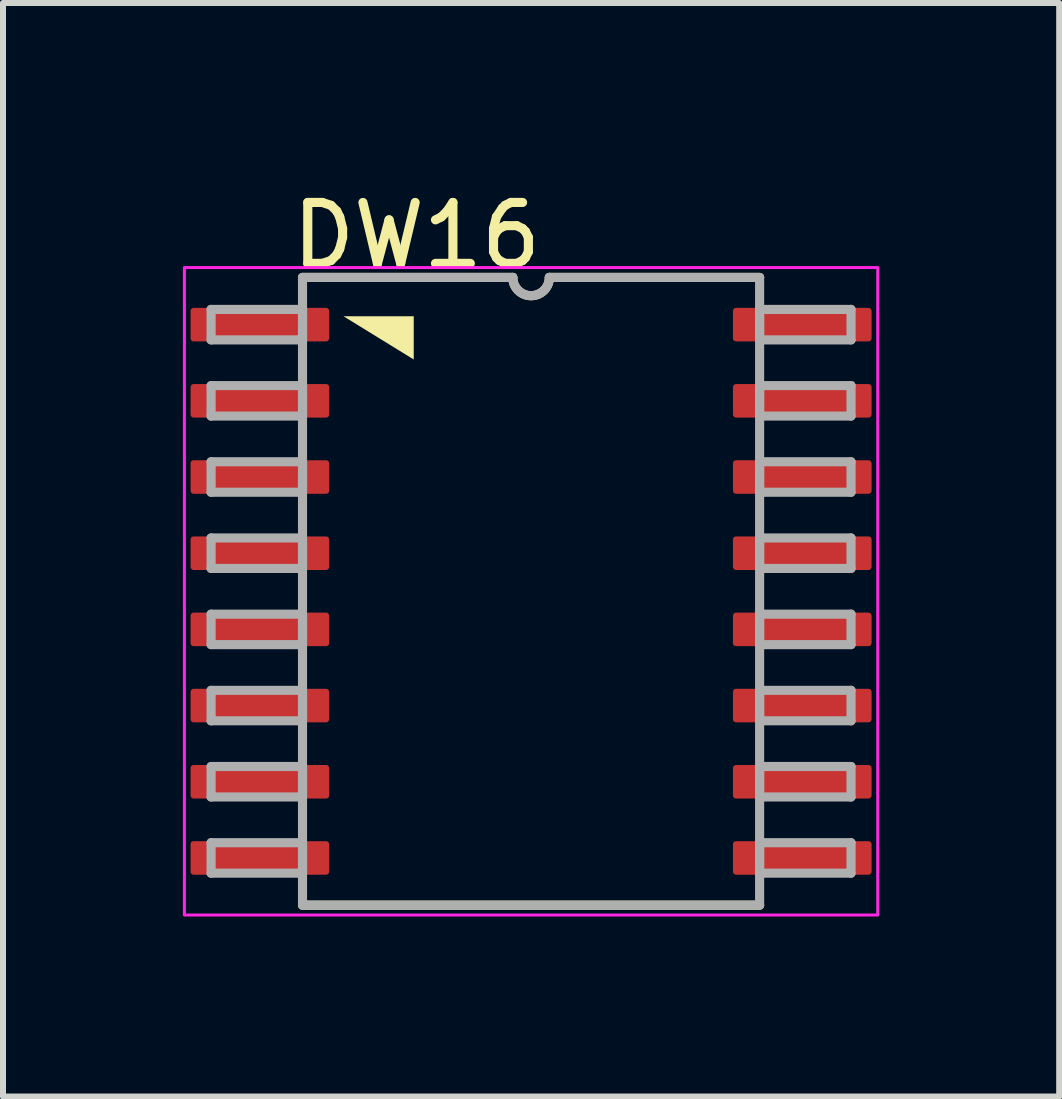
<source format=kicad_pcb>
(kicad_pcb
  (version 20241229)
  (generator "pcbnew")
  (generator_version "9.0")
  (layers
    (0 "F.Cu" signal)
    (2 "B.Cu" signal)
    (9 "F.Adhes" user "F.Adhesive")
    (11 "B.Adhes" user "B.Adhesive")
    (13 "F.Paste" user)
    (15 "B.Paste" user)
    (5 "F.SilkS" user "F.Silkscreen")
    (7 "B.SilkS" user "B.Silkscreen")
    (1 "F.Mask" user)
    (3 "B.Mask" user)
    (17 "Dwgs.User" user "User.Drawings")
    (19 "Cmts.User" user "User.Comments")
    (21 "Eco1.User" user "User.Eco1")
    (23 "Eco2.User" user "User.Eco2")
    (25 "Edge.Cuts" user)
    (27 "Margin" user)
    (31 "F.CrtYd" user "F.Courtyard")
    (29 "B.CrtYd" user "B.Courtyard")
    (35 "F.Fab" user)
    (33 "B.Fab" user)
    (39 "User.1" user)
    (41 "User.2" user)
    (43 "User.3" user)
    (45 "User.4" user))
  (footprint "DW16"
    (layer "F.Cu")
    (at 5.803 6.807)
    (property "Reference" "DW16" (at -4.064 -5.334 180) (layer "F.SilkS") (effects (font (size 1.016 1.016) (thickness 0.152)) (justify left bottom)))
    (attr smd)
    (fp_line (start -3.81 5.232) (end 3.81 5.232) (stroke (width 0.152) (type solid)) (layer "F.SilkS"))
    (fp_line (start -0.305 -5.232) (end -3.81 -5.232) (stroke (width 0.152) (type solid)) (layer "F.SilkS"))
    (fp_line (start 3.81 -5.232) (end 0.305 -5.232) (stroke (width 0.152) (type solid)) (layer "F.SilkS"))
    (fp_arc (start 0.3048 -5.2324) (mid 0 -4.9276) (end -0.3048 -5.2324) (stroke (width 0.1524) (type solid)) (layer "F.SilkS"))
    (fp_poly (pts (xy -1.956 -3.864) (xy -3.127 -4.585) (xy -1.956 -4.585)) (stroke (width 0) (type default)) (fill yes) (layer "F.SilkS"))
    (fp_rect (start -5.779 -5.397) (end 5.779 5.397) (stroke (width 0.05) (type default)) (fill no) (layer "F.CrtYd"))
    (fp_line (start -5.334 -4.699) (end -5.334 -4.191) (stroke (width 0.152) (type solid)) (layer "F.Fab"))
    (fp_line (start -5.334 -4.191) (end -3.81 -4.191) (stroke (width 0.152) (type solid)) (layer "F.Fab"))
    (fp_line (start -5.334 -3.429) (end -5.334 -2.921) (stroke (width 0.152) (type solid)) (layer "F.Fab"))
    (fp_line (start -5.334 -2.921) (end -3.81 -2.921) (stroke (width 0.152) (type solid)) (layer "F.Fab"))
    (fp_line (start -5.334 -2.159) (end -5.334 -1.651) (stroke (width 0.152) (type solid)) (layer "F.Fab"))
    (fp_line (start -5.334 -1.651) (end -3.81 -1.651) (stroke (width 0.152) (type solid)) (layer "F.Fab"))
    (fp_line (start -5.334 -0.889) (end -5.334 -0.381) (stroke (width 0.152) (type solid)) (layer "F.Fab"))
    (fp_line (start -5.334 -0.381) (end -3.81 -0.381) (stroke (width 0.152) (type solid)) (layer "F.Fab"))
    (fp_line (start -5.334 0.381) (end -5.334 0.889) (stroke (width 0.152) (type solid)) (layer "F.Fab"))
    (fp_line (start -5.334 0.889) (end -3.81 0.889) (stroke (width 0.152) (type solid)) (layer "F.Fab"))
    (fp_line (start -5.334 1.651) (end -5.334 2.159) (stroke (width 0.152) (type solid)) (layer "F.Fab"))
    (fp_line (start -5.334 2.159) (end -3.81 2.159) (stroke (width 0.152) (type solid)) (layer "F.Fab"))
    (fp_line (start -5.334 2.921) (end -5.334 3.429) (stroke (width 0.152) (type solid)) (layer "F.Fab"))
    (fp_line (start -5.334 3.429) (end -3.81 3.429) (stroke (width 0.152) (type solid)) (layer "F.Fab"))
    (fp_line (start -5.334 4.191) (end -5.334 4.699) (stroke (width 0.152) (type solid)) (layer "F.Fab"))
    (fp_line (start -5.334 4.699) (end -3.81 4.699) (stroke (width 0.152) (type solid)) (layer "F.Fab"))
    (fp_line (start -3.81 -5.232) (end -3.81 5.232) (stroke (width 0.152) (type solid)) (layer "F.Fab"))
    (fp_line (start -3.81 -4.699) (end -5.334 -4.699) (stroke (width 0.152) (type solid)) (layer "F.Fab"))
    (fp_line (start -3.81 -4.191) (end -3.81 -4.699) (stroke (width 0.152) (type solid)) (layer "F.Fab"))
    (fp_line (start -3.81 -3.429) (end -5.334 -3.429) (stroke (width 0.152) (type solid)) (layer "F.Fab"))
    (fp_line (start -3.81 -2.921) (end -3.81 -3.429) (stroke (width 0.152) (type solid)) (layer "F.Fab"))
    (fp_line (start -3.81 -2.159) (end -5.334 -2.159) (stroke (width 0.152) (type solid)) (layer "F.Fab"))
    (fp_line (start -3.81 -1.651) (end -3.81 -2.159) (stroke (width 0.152) (type solid)) (layer "F.Fab"))
    (fp_line (start -3.81 -0.889) (end -5.334 -0.889) (stroke (width 0.152) (type solid)) (layer "F.Fab"))
    (fp_line (start -3.81 -0.381) (end -3.81 -0.889) (stroke (width 0.152) (type solid)) (layer "F.Fab"))
    (fp_line (start -3.81 0.381) (end -5.334 0.381) (stroke (width 0.152) (type solid)) (layer "F.Fab"))
    (fp_line (start -3.81 0.889) (end -3.81 0.381) (stroke (width 0.152) (type solid)) (layer "F.Fab"))
    (fp_line (start -3.81 1.651) (end -5.334 1.651) (stroke (width 0.152) (type solid)) (layer "F.Fab"))
    (fp_line (start -3.81 2.159) (end -3.81 1.651) (stroke (width 0.152) (type solid)) (layer "F.Fab"))
    (fp_line (start -3.81 2.921) (end -5.334 2.921) (stroke (width 0.152) (type solid)) (layer "F.Fab"))
    (fp_line (start -3.81 3.429) (end -3.81 2.921) (stroke (width 0.152) (type solid)) (layer "F.Fab"))
    (fp_line (start -3.81 4.191) (end -5.334 4.191) (stroke (width 0.152) (type solid)) (layer "F.Fab"))
    (fp_line (start -3.81 4.699) (end -3.81 4.191) (stroke (width 0.152) (type solid)) (layer "F.Fab"))
    (fp_line (start -3.81 5.232) (end 3.81 5.232) (stroke (width 0.152) (type solid)) (layer "F.Fab"))
    (fp_line (start -0.305 -5.232) (end -3.81 -5.232) (stroke (width 0.152) (type solid)) (layer "F.Fab"))
    (fp_line (start 3.81 -5.232) (end 0.305 -5.232) (stroke (width 0.152) (type solid)) (layer "F.Fab"))
    (fp_line (start 3.81 -4.699) (end 3.81 -4.191) (stroke (width 0.152) (type solid)) (layer "F.Fab"))
    (fp_line (start 3.81 -4.191) (end 5.334 -4.191) (stroke (width 0.152) (type solid)) (layer "F.Fab"))
    (fp_line (start 3.81 -3.429) (end 3.81 -2.921) (stroke (width 0.152) (type solid)) (layer "F.Fab"))
    (fp_line (start 3.81 -2.921) (end 5.334 -2.921) (stroke (width 0.152) (type solid)) (layer "F.Fab"))
    (fp_line (start 3.81 -2.159) (end 3.81 -1.651) (stroke (width 0.152) (type solid)) (layer "F.Fab"))
    (fp_line (start 3.81 -1.651) (end 5.334 -1.651) (stroke (width 0.152) (type solid)) (layer "F.Fab"))
    (fp_line (start 3.81 -0.889) (end 3.81 -0.381) (stroke (width 0.152) (type solid)) (layer "F.Fab"))
    (fp_line (start 3.81 -0.381) (end 5.334 -0.381) (stroke (width 0.152) (type solid)) (layer "F.Fab"))
    (fp_line (start 3.81 0.381) (end 3.81 0.889) (stroke (width 0.152) (type solid)) (layer "F.Fab"))
    (fp_line (start 3.81 0.889) (end 5.334 0.889) (stroke (width 0.152) (type solid)) (layer "F.Fab"))
    (fp_line (start 3.81 1.651) (end 3.81 2.159) (stroke (width 0.152) (type solid)) (layer "F.Fab"))
    (fp_line (start 3.81 2.159) (end 5.334 2.159) (stroke (width 0.152) (type solid)) (layer "F.Fab"))
    (fp_line (start 3.81 2.921) (end 3.81 3.429) (stroke (width 0.152) (type solid)) (layer "F.Fab"))
    (fp_line (start 3.81 3.429) (end 5.334 3.429) (stroke (width 0.152) (type solid)) (layer "F.Fab"))
    (fp_line (start 3.81 4.191) (end 3.81 4.699) (stroke (width 0.152) (type solid)) (layer "F.Fab"))
    (fp_line (start 3.81 4.699) (end 5.334 4.699) (stroke (width 0.152) (type solid)) (layer "F.Fab"))
    (fp_line (start 3.81 5.232) (end 3.81 -5.232) (stroke (width 0.152) (type solid)) (layer "F.Fab"))
    (fp_line (start 5.334 -4.699) (end 3.81 -4.699) (stroke (width 0.152) (type solid)) (layer "F.Fab"))
    (fp_line (start 5.334 -4.191) (end 5.334 -4.699) (stroke (width 0.152) (type solid)) (layer "F.Fab"))
    (fp_line (start 5.334 -3.429) (end 3.81 -3.429) (stroke (width 0.152) (type solid)) (layer "F.Fab"))
    (fp_line (start 5.334 -2.921) (end 5.334 -3.429) (stroke (width 0.152) (type solid)) (layer "F.Fab"))
    (fp_line (start 5.334 -2.159) (end 3.81 -2.159) (stroke (width 0.152) (type solid)) (layer "F.Fab"))
    (fp_line (start 5.334 -1.651) (end 5.334 -2.159) (stroke (width 0.152) (type solid)) (layer "F.Fab"))
    (fp_line (start 5.334 -0.889) (end 3.81 -0.889) (stroke (width 0.152) (type solid)) (layer "F.Fab"))
    (fp_line (start 5.334 -0.381) (end 5.334 -0.889) (stroke (width 0.152) (type solid)) (layer "F.Fab"))
    (fp_line (start 5.334 0.381) (end 3.81 0.381) (stroke (width 0.152) (type solid)) (layer "F.Fab"))
    (fp_line (start 5.334 0.889) (end 5.334 0.381) (stroke (width 0.152) (type solid)) (layer "F.Fab"))
    (fp_line (start 5.334 1.651) (end 3.81 1.651) (stroke (width 0.152) (type solid)) (layer "F.Fab"))
    (fp_line (start 5.334 2.159) (end 5.334 1.651) (stroke (width 0.152) (type solid)) (layer "F.Fab"))
    (fp_line (start 5.334 2.921) (end 3.81 2.921) (stroke (width 0.152) (type solid)) (layer "F.Fab"))
    (fp_line (start 5.334 3.429) (end 5.334 2.921) (stroke (width 0.152) (type solid)) (layer "F.Fab"))
    (fp_line (start 5.334 4.191) (end 3.81 4.191) (stroke (width 0.152) (type solid)) (layer "F.Fab"))
    (fp_line (start 5.334 4.699) (end 5.334 4.191) (stroke (width 0.152) (type solid)) (layer "F.Fab"))
    (fp_arc (start 0.3048 -5.2324) (mid 0 -4.9276) (end -0.3048 -5.2324) (stroke (width 0.1524) (type solid)) (layer "F.Fab"))
    (pad "1" smd roundrect (at -4.521 -4.445) (size 2.311 0.559) (layers "F.Cu" "F.Mask" "F.Paste") (roundrect_rratio 0.091))
    (pad "2" smd roundrect (at -4.521 -3.175) (size 2.311 0.559) (layers "F.Cu" "F.Mask" "F.Paste") (roundrect_rratio 0.091))
    (pad "3" smd roundrect (at -4.521 -1.905) (size 2.311 0.559) (layers "F.Cu" "F.Mask" "F.Paste") (roundrect_rratio 0.091))
    (pad "4" smd roundrect (at -4.521 -0.635) (size 2.311 0.559) (layers "F.Cu" "F.Mask" "F.Paste") (roundrect_rratio 0.091))
    (pad "5" smd roundrect (at -4.521 0.635) (size 2.311 0.559) (layers "F.Cu" "F.Mask" "F.Paste") (roundrect_rratio 0.091))
    (pad "6" smd roundrect (at -4.521 1.905) (size 2.311 0.559) (layers "F.Cu" "F.Mask" "F.Paste") (roundrect_rratio 0.091))
    (pad "7" smd roundrect (at -4.521 3.175) (size 2.311 0.559) (layers "F.Cu" "F.Mask" "F.Paste") (roundrect_rratio 0.091))
    (pad "8" smd roundrect (at -4.521 4.445) (size 2.311 0.559) (layers "F.Cu" "F.Mask" "F.Paste") (roundrect_rratio 0.091))
    (pad "9" smd roundrect (at 4.521 4.445) (size 2.311 0.559) (layers "F.Cu" "F.Mask" "F.Paste") (roundrect_rratio 0.091))
    (pad "10" smd roundrect (at 4.521 3.175) (size 2.311 0.559) (layers "F.Cu" "F.Mask" "F.Paste") (roundrect_rratio 0.091))
    (pad "11" smd roundrect (at 4.521 1.905) (size 2.311 0.559) (layers "F.Cu" "F.Mask" "F.Paste") (roundrect_rratio 0.091))
    (pad "12" smd roundrect (at 4.521 0.635) (size 2.311 0.559) (layers "F.Cu" "F.Mask" "F.Paste") (roundrect_rratio 0.091))
    (pad "13" smd roundrect (at 4.521 -0.635) (size 2.311 0.559) (layers "F.Cu" "F.Mask" "F.Paste") (roundrect_rratio 0.091))
    (pad "14" smd roundrect (at 4.521 -1.905) (size 2.311 0.559) (layers "F.Cu" "F.Mask" "F.Paste") (roundrect_rratio 0.091))
    (pad "15" smd roundrect (at 4.521 -3.175) (size 2.311 0.559) (layers "F.Cu" "F.Mask" "F.Paste") (roundrect_rratio 0.091))
    (pad "16" smd roundrect (at 4.521 -4.445) (size 2.311 0.559) (layers "F.Cu" "F.Mask" "F.Paste") (roundrect_rratio 0.091)))
  (gr_rect
    (start -3 -3)
    (end 14.607 15.23)
    (stroke (width 0.1) (type default))
    (fill no)
    (layer "Edge.Cuts")))
</source>
